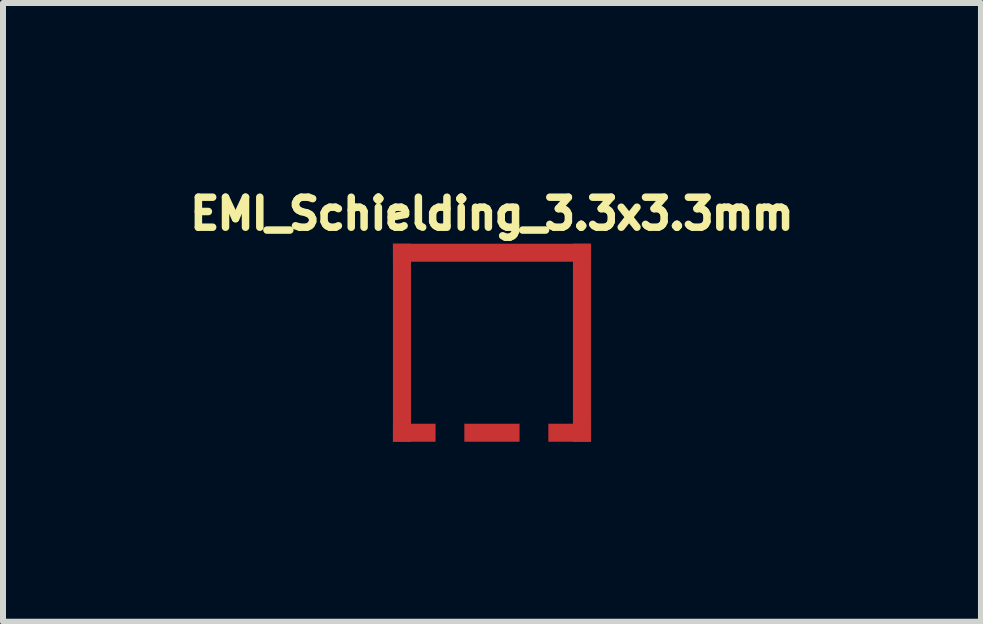
<source format=kicad_pcb>
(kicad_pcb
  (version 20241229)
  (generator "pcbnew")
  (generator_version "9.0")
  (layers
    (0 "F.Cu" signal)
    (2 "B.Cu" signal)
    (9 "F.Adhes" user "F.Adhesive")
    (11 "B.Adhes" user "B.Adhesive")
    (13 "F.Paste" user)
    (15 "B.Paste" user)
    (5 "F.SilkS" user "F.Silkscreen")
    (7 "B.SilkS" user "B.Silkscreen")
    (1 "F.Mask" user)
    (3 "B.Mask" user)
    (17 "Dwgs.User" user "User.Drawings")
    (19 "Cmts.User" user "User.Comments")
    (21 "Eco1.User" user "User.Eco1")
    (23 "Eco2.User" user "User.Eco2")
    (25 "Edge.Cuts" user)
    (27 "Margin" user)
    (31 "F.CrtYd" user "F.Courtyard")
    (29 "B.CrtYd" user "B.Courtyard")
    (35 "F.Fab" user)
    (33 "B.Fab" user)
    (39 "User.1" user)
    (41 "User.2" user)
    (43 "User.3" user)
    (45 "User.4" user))
  (footprint "EMI_Schielding_3.3x3.3mm"
    (layer "F.Cu")
    (at 5.149 2.662)
    (property "Reference" "EMI_Schielding_3.3x3.3mm" (at 0 -2.15 0) (layer "F.SilkS") (effects (font (size 0.5 0.5) (thickness 0.125))))
    (attr smd)
    (pad "1" smd rect (at -1.5 0) (size 0.3 3.3) (layers "F.Cu" "F.Mask" "F.Paste"))
    (pad "1" smd rect (at -1.295 1.5) (size 0.71 0.3) (layers "F.Cu" "F.Mask" "F.Paste"))
    (pad "1" smd rect (at 0 -1.5) (size 3.3 0.3) (layers "F.Cu" "F.Mask" "F.Paste"))
    (pad "1" smd rect (at 0 1.5) (size 0.92 0.3) (layers "F.Cu" "F.Mask" "F.Paste"))
    (pad "1" smd rect (at 1.295 1.5) (size 0.71 0.3) (layers "F.Cu" "F.Mask" "F.Paste"))
    (pad "1" smd rect (at 1.5 0) (size 0.3 3.3) (layers "F.Cu" "F.Mask" "F.Paste")))
  (gr_rect
    (start -3 -3)
    (end 13.299 7.312)
    (stroke (width 0.1) (type default))
    (fill no)
    (layer "Edge.Cuts")))
</source>
